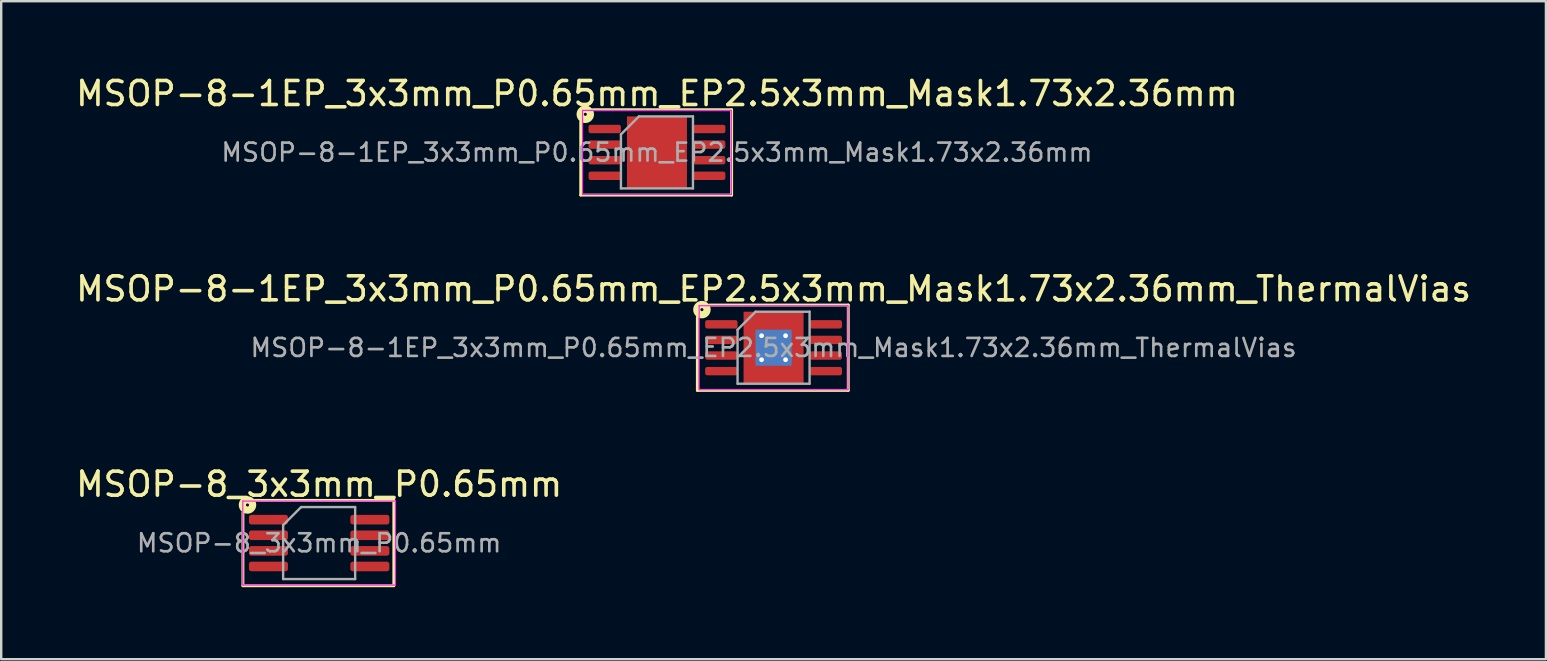
<source format=kicad_pcb>
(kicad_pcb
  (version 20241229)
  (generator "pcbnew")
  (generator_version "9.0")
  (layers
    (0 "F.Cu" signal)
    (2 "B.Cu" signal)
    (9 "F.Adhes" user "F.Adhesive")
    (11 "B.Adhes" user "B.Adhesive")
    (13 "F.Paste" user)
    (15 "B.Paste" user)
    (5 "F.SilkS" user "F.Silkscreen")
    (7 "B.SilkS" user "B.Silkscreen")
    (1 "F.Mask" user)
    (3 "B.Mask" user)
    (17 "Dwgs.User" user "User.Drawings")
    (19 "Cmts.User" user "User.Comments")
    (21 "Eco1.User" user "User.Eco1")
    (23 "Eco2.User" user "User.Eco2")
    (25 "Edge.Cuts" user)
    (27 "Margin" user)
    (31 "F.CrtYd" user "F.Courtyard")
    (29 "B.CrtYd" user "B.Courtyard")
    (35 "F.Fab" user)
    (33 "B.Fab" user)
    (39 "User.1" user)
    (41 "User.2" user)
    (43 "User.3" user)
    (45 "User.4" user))
  (footprint "MSOP-8-1EP_3x3mm_P0.65mm_EP2.5x3mm_Mask1.73x2.36mm"
    (layer "F.Cu")
    (at 24.315 3.298)
    (property "Reference" "MSOP-8-1EP_3x3mm_P0.65mm_EP2.5x3mm_Mask1.73x2.36mm" (at 0 -2.45 0) (layer "F.SilkS") (effects (font (size 1 1) (thickness 0.15))))
    (attr smd)
    (fp_line (start -3.175 1.778) (end -3.175 -1.27) (stroke (width 0.12) (type solid)) (layer "F.SilkS"))
    (fp_line (start -2.667 -1.778) (end 3.111 -1.778) (stroke (width 0.12) (type solid)) (layer "F.SilkS"))
    (fp_line (start 3.111 -1.778) (end 3.111 1.778) (stroke (width 0.12) (type solid)) (layer "F.SilkS"))
    (fp_line (start 3.111 1.778) (end -3.175 1.778) (stroke (width 0.12) (type solid)) (layer "F.SilkS"))
    (fp_circle (center -2.985 -1.587) (end -2.921 -1.587) (stroke (width 0.3) (type solid)) (fill no) (layer "F.SilkS"))
    (fp_line (start -3.1 -1.75) (end -3.1 1.75) (stroke (width 0.05) (type solid)) (layer "F.CrtYd"))
    (fp_line (start -3.1 1.75) (end 3.1 1.75) (stroke (width 0.05) (type solid)) (layer "F.CrtYd"))
    (fp_line (start 3.1 -1.75) (end -3.1 -1.75) (stroke (width 0.05) (type solid)) (layer "F.CrtYd"))
    (fp_line (start 3.1 1.75) (end 3.1 -1.75) (stroke (width 0.05) (type solid)) (layer "F.CrtYd"))
    (fp_line (start -1.5 -0.75) (end -0.75 -1.5) (stroke (width 0.1) (type solid)) (layer "F.Fab"))
    (fp_line (start -1.5 1.5) (end -1.5 -0.75) (stroke (width 0.1) (type solid)) (layer "F.Fab"))
    (fp_line (start -0.75 -1.5) (end 1.5 -1.5) (stroke (width 0.1) (type solid)) (layer "F.Fab"))
    (fp_line (start 1.5 -1.5) (end 1.5 1.5) (stroke (width 0.1) (type solid)) (layer "F.Fab"))
    (fp_line (start 1.5 1.5) (end -1.5 1.5) (stroke (width 0.1) (type solid)) (layer "F.Fab"))
    (fp_text user "${REFERENCE}" (at 0 0 0) (layer "F.Fab") (effects (font (size 0.75 0.75) (thickness 0.11))))
    (pad "" smd roundrect (at -0.43 -0.59) (size 0.7 0.95) (layers "F.Paste") (roundrect_rratio 0.25))
    (pad "" smd roundrect (at -0.43 0.59) (size 0.7 0.95) (layers "F.Paste") (roundrect_rratio 0.25))
    (pad "" smd rect (at 0 0) (size 1.73 2.36) (layers "F.Mask"))
    (pad "" smd roundrect (at 0.43 -0.59) (size 0.7 0.95) (layers "F.Paste") (roundrect_rratio 0.25))
    (pad "" smd roundrect (at 0.43 0.59) (size 0.7 0.95) (layers "F.Paste") (roundrect_rratio 0.25))
    (pad "1" smd roundrect (at -2.175 -0.975) (size 1.35 0.35) (layers "F.Cu" "F.Mask" "F.Paste") (roundrect_rratio 0.25))
    (pad "2" smd roundrect (at -2.175 -0.325) (size 1.35 0.35) (layers "F.Cu" "F.Mask" "F.Paste") (roundrect_rratio 0.25))
    (pad "3" smd roundrect (at -2.175 0.325) (size 1.35 0.35) (layers "F.Cu" "F.Mask" "F.Paste") (roundrect_rratio 0.25))
    (pad "4" smd roundrect (at -2.175 0.975) (size 1.35 0.35) (layers "F.Cu" "F.Mask" "F.Paste") (roundrect_rratio 0.25))
    (pad "5" smd roundrect (at 2.175 0.975) (size 1.35 0.35) (layers "F.Cu" "F.Mask" "F.Paste") (roundrect_rratio 0.25))
    (pad "6" smd roundrect (at 2.175 0.325) (size 1.35 0.35) (layers "F.Cu" "F.Mask" "F.Paste") (roundrect_rratio 0.25))
    (pad "7" smd roundrect (at 2.175 -0.325) (size 1.35 0.35) (layers "F.Cu" "F.Mask" "F.Paste") (roundrect_rratio 0.25))
    (pad "8" smd roundrect (at 2.175 -0.975) (size 1.35 0.35) (layers "F.Cu" "F.Mask" "F.Paste") (roundrect_rratio 0.25))
    (pad "9" smd rect (at 0 0) (size 2.5 3) (layers "F.Cu")))
  (footprint "MSOP-8_3x3mm_P0.65mm"
    (layer "F.Cu")
    (at 10.244 19.571)
    (property "Reference" "MSOP-8_3x3mm_P0.65mm" (at 0 -2.45 0) (layer "F.SilkS") (effects (font (size 1 1) (thickness 0.15))))
    (attr smd)
    (fp_line (start -3.175 1.778) (end -3.175 -1.27) (stroke (width 0.12) (type solid)) (layer "F.SilkS"))
    (fp_line (start -2.667 -1.778) (end 3.111 -1.778) (stroke (width 0.12) (type solid)) (layer "F.SilkS"))
    (fp_line (start 3.111 -1.778) (end 3.111 1.778) (stroke (width 0.12) (type solid)) (layer "F.SilkS"))
    (fp_line (start 3.111 1.778) (end -3.175 1.778) (stroke (width 0.12) (type solid)) (layer "F.SilkS"))
    (fp_circle (center -2.985 -1.587) (end -2.921 -1.587) (stroke (width 0.3) (type solid)) (fill no) (layer "F.SilkS"))
    (fp_line (start -3.18 -1.75) (end -3.18 1.75) (stroke (width 0.05) (type solid)) (layer "F.CrtYd"))
    (fp_line (start -3.18 1.75) (end 3.18 1.75) (stroke (width 0.05) (type solid)) (layer "F.CrtYd"))
    (fp_line (start 3.18 -1.75) (end -3.18 -1.75) (stroke (width 0.05) (type solid)) (layer "F.CrtYd"))
    (fp_line (start 3.18 1.75) (end 3.18 -1.75) (stroke (width 0.05) (type solid)) (layer "F.CrtYd"))
    (fp_line (start -1.5 -0.75) (end -0.75 -1.5) (stroke (width 0.1) (type solid)) (layer "F.Fab"))
    (fp_line (start -1.5 1.5) (end -1.5 -0.75) (stroke (width 0.1) (type solid)) (layer "F.Fab"))
    (fp_line (start -0.75 -1.5) (end 1.5 -1.5) (stroke (width 0.1) (type solid)) (layer "F.Fab"))
    (fp_line (start 1.5 -1.5) (end 1.5 1.5) (stroke (width 0.1) (type solid)) (layer "F.Fab"))
    (fp_line (start 1.5 1.5) (end -1.5 1.5) (stroke (width 0.1) (type solid)) (layer "F.Fab"))
    (fp_text user "${REFERENCE}" (at 0 0 0) (layer "F.Fab") (effects (font (size 0.75 0.75) (thickness 0.11))))
    (pad "1" smd roundrect (at -2.112 -0.975) (size 1.625 0.4) (layers "F.Cu" "F.Mask" "F.Paste") (roundrect_rratio 0.25))
    (pad "2" smd roundrect (at -2.112 -0.325) (size 1.625 0.4) (layers "F.Cu" "F.Mask" "F.Paste") (roundrect_rratio 0.25))
    (pad "3" smd roundrect (at -2.112 0.325) (size 1.625 0.4) (layers "F.Cu" "F.Mask" "F.Paste") (roundrect_rratio 0.25))
    (pad "4" smd roundrect (at -2.112 0.975) (size 1.625 0.4) (layers "F.Cu" "F.Mask" "F.Paste") (roundrect_rratio 0.25))
    (pad "5" smd roundrect (at 2.112 0.975) (size 1.625 0.4) (layers "F.Cu" "F.Mask" "F.Paste") (roundrect_rratio 0.25))
    (pad "6" smd roundrect (at 2.112 0.325) (size 1.625 0.4) (layers "F.Cu" "F.Mask" "F.Paste") (roundrect_rratio 0.25))
    (pad "7" smd roundrect (at 2.112 -0.325) (size 1.625 0.4) (layers "F.Cu" "F.Mask" "F.Paste") (roundrect_rratio 0.25))
    (pad "8" smd roundrect (at 2.112 -0.975) (size 1.625 0.4) (layers "F.Cu" "F.Mask" "F.Paste") (roundrect_rratio 0.25)))
  (footprint "MSOP-8-1EP_3x3mm_P0.65mm_EP2.5x3mm_Mask1.73x2.36mm_ThermalVias"
    (layer "F.Cu")
    (at 29.173 11.434)
    (property "Reference" "MSOP-8-1EP_3x3mm_P0.65mm_EP2.5x3mm_Mask1.73x2.36mm_ThermalVias" (at 0 -2.45 0) (layer "F.SilkS") (effects (font (size 1 1) (thickness 0.15))))
    (attr smd)
    (fp_line (start -3.175 1.778) (end -3.175 -1.27) (stroke (width 0.12) (type solid)) (layer "F.SilkS"))
    (fp_line (start -2.667 -1.778) (end 3.111 -1.778) (stroke (width 0.12) (type solid)) (layer "F.SilkS"))
    (fp_line (start 3.111 -1.778) (end 3.111 1.778) (stroke (width 0.12) (type solid)) (layer "F.SilkS"))
    (fp_line (start 3.111 1.778) (end -3.175 1.778) (stroke (width 0.12) (type solid)) (layer "F.SilkS"))
    (fp_circle (center -2.985 -1.587) (end -2.921 -1.587) (stroke (width 0.3) (type solid)) (fill no) (layer "F.SilkS"))
    (fp_line (start -3.1 -1.75) (end -3.1 1.75) (stroke (width 0.05) (type solid)) (layer "F.CrtYd"))
    (fp_line (start -3.1 1.75) (end 3.1 1.75) (stroke (width 0.05) (type solid)) (layer "F.CrtYd"))
    (fp_line (start 3.1 -1.75) (end -3.1 -1.75) (stroke (width 0.05) (type solid)) (layer "F.CrtYd"))
    (fp_line (start 3.1 1.75) (end 3.1 -1.75) (stroke (width 0.05) (type solid)) (layer "F.CrtYd"))
    (fp_line (start -1.5 -0.75) (end -0.75 -1.5) (stroke (width 0.1) (type solid)) (layer "F.Fab"))
    (fp_line (start -1.5 1.5) (end -1.5 -0.75) (stroke (width 0.1) (type solid)) (layer "F.Fab"))
    (fp_line (start -0.75 -1.5) (end 1.5 -1.5) (stroke (width 0.1) (type solid)) (layer "F.Fab"))
    (fp_line (start 1.5 -1.5) (end 1.5 1.5) (stroke (width 0.1) (type solid)) (layer "F.Fab"))
    (fp_line (start 1.5 1.5) (end -1.5 1.5) (stroke (width 0.1) (type solid)) (layer "F.Fab"))
    (fp_text user "${REFERENCE}" (at 0 0 0) (layer "F.Fab") (effects (font (size 0.75 0.75) (thickness 0.11))))
    (pad "" smd roundrect (at -0.43 -0.59) (size 0.72 0.99) (layers "F.Paste") (roundrect_rratio 0.25))
    (pad "" smd roundrect (at -0.43 0.59) (size 0.72 0.99) (layers "F.Paste") (roundrect_rratio 0.25))
    (pad "" smd rect (at 0 0) (size 1.73 2.36) (layers "F.Mask"))
    (pad "" smd roundrect (at 0.43 -0.59) (size 0.72 0.99) (layers "F.Paste") (roundrect_rratio 0.25))
    (pad "" smd roundrect (at 0.43 0.59) (size 0.72 0.99) (layers "F.Paste") (roundrect_rratio 0.25))
    (pad "1" smd roundrect (at -2.175 -0.975) (size 1.35 0.35) (layers "F.Cu" "F.Mask" "F.Paste") (roundrect_rratio 0.25))
    (pad "2" smd roundrect (at -2.175 -0.325) (size 1.35 0.35) (layers "F.Cu" "F.Mask" "F.Paste") (roundrect_rratio 0.25))
    (pad "3" smd roundrect (at -2.175 0.325) (size 1.35 0.35) (layers "F.Cu" "F.Mask" "F.Paste") (roundrect_rratio 0.25))
    (pad "4" smd roundrect (at -2.175 0.975) (size 1.35 0.35) (layers "F.Cu" "F.Mask" "F.Paste") (roundrect_rratio 0.25))
    (pad "5" smd roundrect (at 2.175 0.975) (size 1.35 0.35) (layers "F.Cu" "F.Mask" "F.Paste") (roundrect_rratio 0.25))
    (pad "6" smd roundrect (at 2.175 0.325) (size 1.35 0.35) (layers "F.Cu" "F.Mask" "F.Paste") (roundrect_rratio 0.25))
    (pad "7" smd roundrect (at 2.175 -0.325) (size 1.35 0.35) (layers "F.Cu" "F.Mask" "F.Paste") (roundrect_rratio 0.25))
    (pad "8" smd roundrect (at 2.175 -0.975) (size 1.35 0.35) (layers "F.Cu" "F.Mask" "F.Paste") (roundrect_rratio 0.25))
    (pad "9" thru_hole circle (at -0.5 -0.5) (size 0.5 0.5) (drill 0.2) (layers "*.Cu"))
    (pad "9" thru_hole circle (at -0.5 0.5) (size 0.5 0.5) (drill 0.2) (layers "*.Cu"))
    (pad "9" smd rect (at 0 0) (size 1.5 1.5) (layers "B.Cu" "B.Mask"))
    (pad "9" smd rect (at 0 0) (size 2.5 3) (layers "F.Cu"))
    (pad "9" thru_hole circle (at 0.5 -0.5) (size 0.5 0.5) (drill 0.2) (layers "*.Cu"))
    (pad "9" thru_hole circle (at 0.5 0.5) (size 0.5 0.5) (drill 0.2) (layers "*.Cu")))
  (gr_rect
    (start -3 -3)
    (end 61.345 24.409)
    (stroke (width 0.1) (type default))
    (fill no)
    (layer "Edge.Cuts")))
</source>
